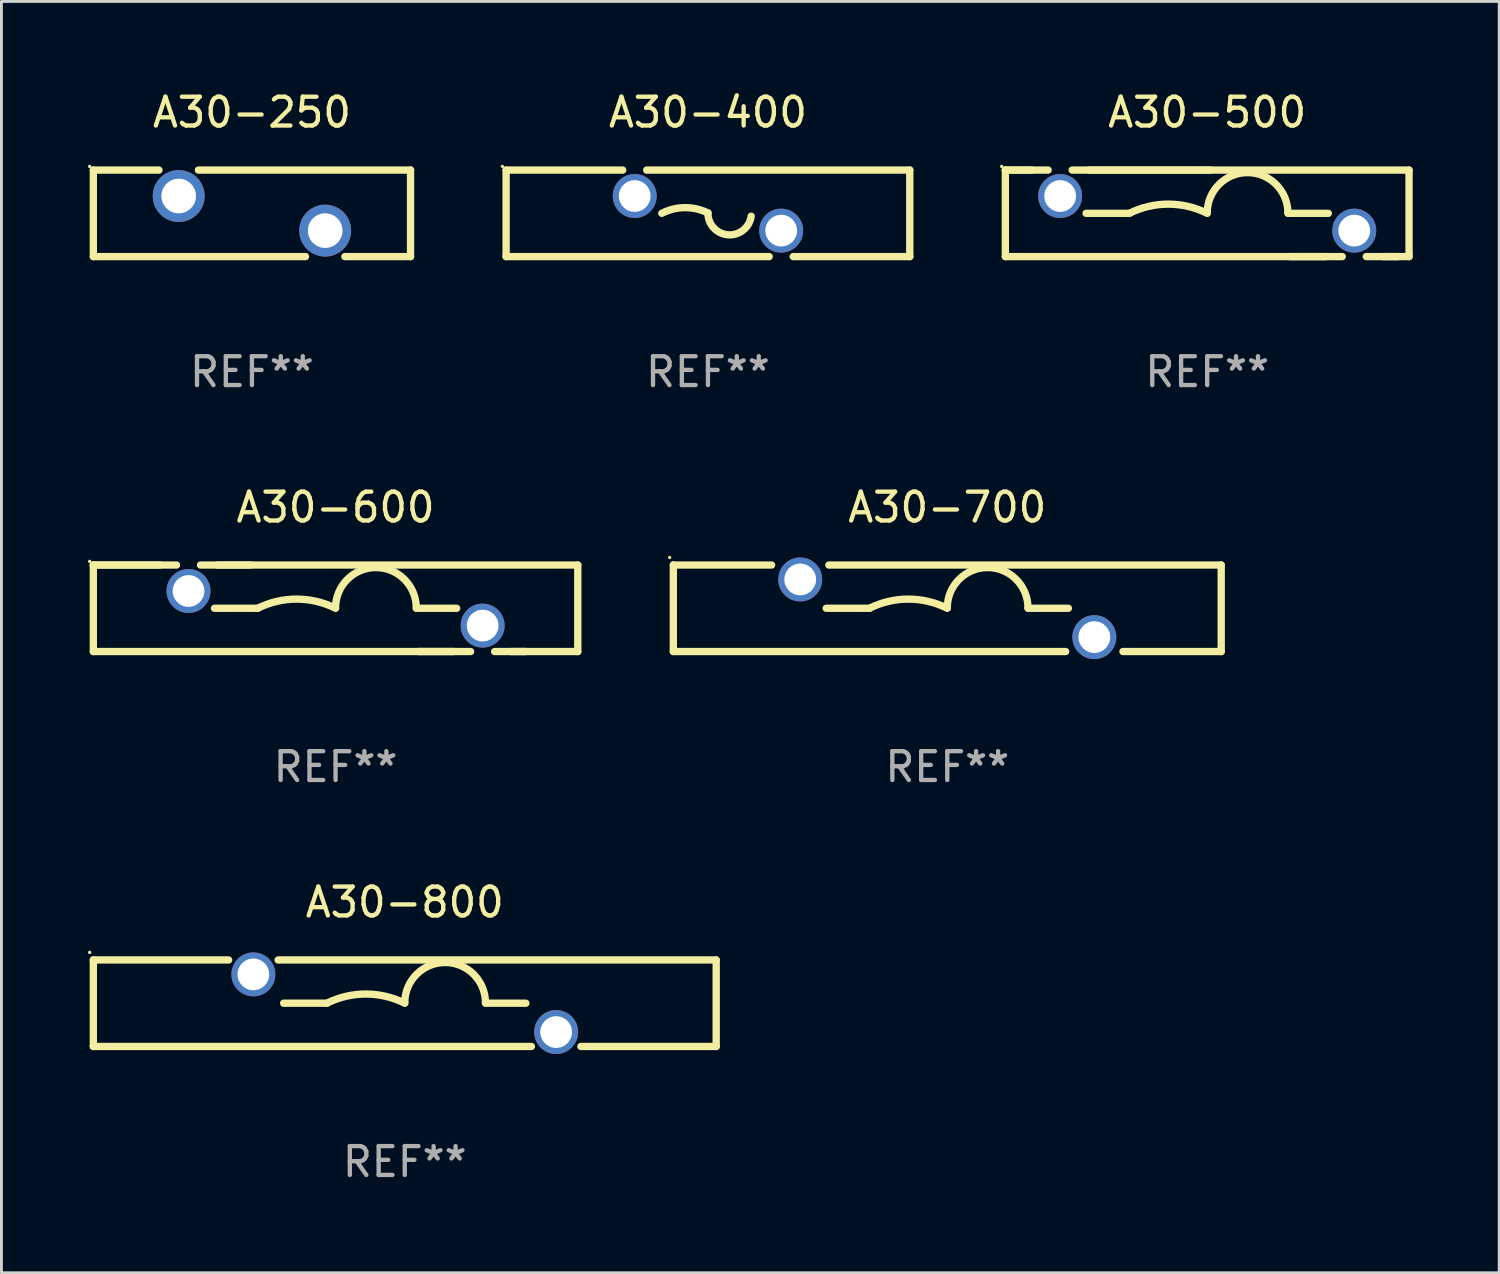
<source format=kicad_pcb>
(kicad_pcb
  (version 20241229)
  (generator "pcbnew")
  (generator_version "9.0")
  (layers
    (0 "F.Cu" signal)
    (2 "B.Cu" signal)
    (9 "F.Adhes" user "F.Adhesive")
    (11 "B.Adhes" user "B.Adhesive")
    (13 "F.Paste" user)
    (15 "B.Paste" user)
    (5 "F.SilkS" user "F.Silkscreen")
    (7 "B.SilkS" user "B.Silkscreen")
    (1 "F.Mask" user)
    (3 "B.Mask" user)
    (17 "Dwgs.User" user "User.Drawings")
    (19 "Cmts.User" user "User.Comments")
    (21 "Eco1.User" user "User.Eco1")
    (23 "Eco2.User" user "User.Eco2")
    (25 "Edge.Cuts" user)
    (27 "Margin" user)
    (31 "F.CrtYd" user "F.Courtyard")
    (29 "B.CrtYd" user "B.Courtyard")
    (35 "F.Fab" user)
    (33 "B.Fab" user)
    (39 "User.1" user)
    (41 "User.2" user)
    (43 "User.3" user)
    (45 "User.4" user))
  (footprint "A30-700"
    (layer "F.Cu")
    (at 29.801 18.045)
    (property "Reference" "A30-700" (at 0 -3.5 0) (layer "F.SilkS") (effects (font (size 1 1) (thickness 0.15))))
    (attr through_hole)
    (fp_line (start -9.5 -1.5) (end -9.5 1.5) (stroke (width 0.254) (type solid)) (layer "F.SilkS"))
    (fp_line (start -9.5 -1.5) (end -6.093 -1.5) (stroke (width 0.254) (type solid)) (layer "F.SilkS"))
    (fp_line (start -4.107 -1.5) (end 9.5 -1.5) (stroke (width 0.254) (type solid)) (layer "F.SilkS"))
    (fp_line (start -2.7 -0.000127) (end -4.2 -0.000127) (stroke (width 0.254) (type solid)) (layer "F.SilkS"))
    (fp_line (start 2.8 -0.000127) (end 4.2 -0.000127) (stroke (width 0.254) (type solid)) (layer "F.SilkS"))
    (fp_line (start 4.107 1.5) (end -9.5 1.5) (stroke (width 0.254) (type solid)) (layer "F.SilkS"))
    (fp_line (start 9.5 1.5) (end 6.093 1.5) (stroke (width 0.254) (type solid)) (layer "F.SilkS"))
    (fp_line (start 9.5 1.5) (end 9.5 -1.5) (stroke (width 0.254) (type solid)) (layer "F.SilkS"))
    (fp_arc (start -2.700025 -0.000127) (mid -1.350013 -0.318821) (end 0 -0.000127) (stroke (width 0.254001) (type solid)) (layer "F.SilkS"))
    (fp_arc (start 0 -0.012827) (mid 1.399543 -1.411862) (end 2.799086 -0.012827) (stroke (width 0.254001) (type solid)) (layer "F.SilkS"))
    (fp_circle (center -9.627 -1.762) (end -9.597 -1.762) (stroke (width 0.06) (type solid)) (fill no) (layer "F.SilkS"))
    (fp_text user "REF**" (at 0 5.5 0) (layer "F.Fab") (effects (font (size 1 1) (thickness 0.15))))
    (pad "1" thru_hole circle (at -5.1 -1) (size 1.524 1.524) (drill 1.1) (layers "*.Cu" "*.Mask"))
    (pad "2" thru_hole circle (at 5.1 1) (size 1.524 1.524) (drill 1.1) (layers "*.Cu" "*.Mask")))
  (footprint "A30-250"
    (layer "F.Cu")
    (at 5.687 4.348)
    (property "Reference" "A30-250" (at 0 -3.5 0) (layer "F.SilkS") (effects (font (size 1 1) (thickness 0.15))))
    (attr through_hole)
    (fp_line (start -5.5 1.5) (end -5.5 -1.5) (stroke (width 0.254) (type solid)) (layer "F.SilkS"))
    (fp_line (start -5.5 1.5) (end 1.857 1.5) (stroke (width 0.254) (type solid)) (layer "F.SilkS"))
    (fp_line (start -5.5 -1.5) (end -3.224 -1.5) (stroke (width 0.254) (type solid)) (layer "F.SilkS"))
    (fp_line (start -1.856 -1.5) (end 5.5 -1.5) (stroke (width 0.254) (type solid)) (layer "F.SilkS"))
    (fp_line (start 3.223 1.5) (end 5.5 1.5) (stroke (width 0.254) (type solid)) (layer "F.SilkS"))
    (fp_line (start 5.5 -1.5) (end 5.5 1.5) (stroke (width 0.254) (type solid)) (layer "F.SilkS"))
    (fp_circle (center -5.627 -1.627) (end -5.597 -1.627) (stroke (width 0.06) (type solid)) (fill no) (layer "F.SilkS"))
    (fp_text user "REF**" (at 0 5.5 0) (layer "F.Fab") (effects (font (size 1 1) (thickness 0.15))))
    (pad "1" thru_hole circle (at -2.54 -0.6) (size 1.8 1.8) (drill 1.2) (layers "*.Cu" "*.Mask"))
    (pad "2" thru_hole circle (at 2.54 0.6) (size 1.8 1.8) (drill 1.2) (layers "*.Cu" "*.Mask")))
  (footprint "A30-800"
    (layer "F.Cu")
    (at 10.987 31.741)
    (property "Reference" "A30-800" (at 0 -3.5 0) (layer "F.SilkS") (effects (font (size 1 1) (thickness 0.15))))
    (attr through_hole)
    (fp_line (start -10.8 -1.5) (end -10.8 1.5) (stroke (width 0.254) (type solid)) (layer "F.SilkS"))
    (fp_line (start -10.8 -1.5) (end -6.108 -1.5) (stroke (width 0.254) (type solid)) (layer "F.SilkS"))
    (fp_line (start -4.392 -1.5) (end 10.8 -1.5) (stroke (width 0.254) (type solid)) (layer "F.SilkS"))
    (fp_line (start -2.7 -0.000127) (end -4.2 -0.000127) (stroke (width 0.254) (type solid)) (layer "F.SilkS"))
    (fp_line (start 2.8 -0.000127) (end 4.2 -0.000127) (stroke (width 0.254) (type solid)) (layer "F.SilkS"))
    (fp_line (start 4.393 1.5) (end -10.8 1.5) (stroke (width 0.254) (type solid)) (layer "F.SilkS"))
    (fp_line (start 10.8 1.5) (end 6.108 1.5) (stroke (width 0.254) (type solid)) (layer "F.SilkS"))
    (fp_line (start 10.8 1.5) (end 10.8 -1.5) (stroke (width 0.254) (type solid)) (layer "F.SilkS"))
    (fp_arc (start -2.700025 -0.000127) (mid -1.350013 -0.318821) (end 0 -0.000127) (stroke (width 0.254001) (type solid)) (layer "F.SilkS"))
    (fp_arc (start 0 -0.012827) (mid 1.399543 -1.411862) (end 2.799086 -0.012827) (stroke (width 0.254001) (type solid)) (layer "F.SilkS"))
    (fp_circle (center -10.927 -1.762) (end -10.897 -1.762) (stroke (width 0.06) (type solid)) (fill no) (layer "F.SilkS"))
    (fp_text user "REF**" (at 0 5.5 0) (layer "F.Fab") (effects (font (size 1 1) (thickness 0.15))))
    (pad "1" thru_hole circle (at -5.25 -1) (size 1.524 1.524) (drill 1.1) (layers "*.Cu" "*.Mask"))
    (pad "2" thru_hole circle (at 5.25 1) (size 1.524 1.524) (drill 1.1) (layers "*.Cu" "*.Mask")))
  (footprint "A30-500"
    (layer "F.Cu")
    (at 38.815 4.348)
    (property "Reference" "A30-500" (at 0 -3.5 0) (layer "F.SilkS") (effects (font (size 1 1) (thickness 0.15))))
    (attr through_hole)
    (fp_line (start -7 -1.5) (end -7 1.5) (stroke (width 0.254) (type solid)) (layer "F.SilkS"))
    (fp_line (start -7 -1.5) (end -5.517 -1.5) (stroke (width 0.254) (type solid)) (layer "F.SilkS"))
    (fp_line (start -7 1.5) (end 4.107 1.5) (stroke (width 0.254) (type solid)) (layer "F.SilkS"))
    (fp_line (start -6.093 -1.5) (end -7 -1.5) (stroke (width 0.254) (type solid)) (layer "F.SilkS"))
    (fp_line (start -4.683 -1.5) (end 0.11 -1.5) (stroke (width 0.254) (type solid)) (layer "F.SilkS"))
    (fp_line (start -2.7 -0.000127) (end -4.2 -0.000127) (stroke (width 0.254) (type solid)) (layer "F.SilkS"))
    (fp_line (start 2.8 -0.000127) (end 4.2 -0.000127) (stroke (width 0.254) (type solid)) (layer "F.SilkS"))
    (fp_line (start 2.853 1.5) (end 4.684 1.5) (stroke (width 0.254) (type solid)) (layer "F.SilkS"))
    (fp_line (start 5.516 1.5) (end 6.612 1.5) (stroke (width 0.254) (type solid)) (layer "F.SilkS"))
    (fp_line (start 6.093 1.5) (end 7 1.5) (stroke (width 0.254) (type solid)) (layer "F.SilkS"))
    (fp_line (start 7 -1.5) (end -4.107 -1.5) (stroke (width 0.254) (type solid)) (layer "F.SilkS"))
    (fp_line (start 7 1.5) (end 7 -1.5) (stroke (width 0.254) (type solid)) (layer "F.SilkS"))
    (fp_arc (start -2.700025 -0.000127) (mid -1.350013 -0.318821) (end 0 -0.000127) (stroke (width 0.254001) (type solid)) (layer "F.SilkS"))
    (fp_arc (start 0 -0.012827) (mid 1.399543 -1.411862) (end 2.799086 -0.012827) (stroke (width 0.254001) (type solid)) (layer "F.SilkS"))
    (fp_circle (center -7.127 -1.627) (end -7.097 -1.627) (stroke (width 0.06) (type solid)) (fill no) (layer "F.SilkS"))
    (fp_text user "REF**" (at 0 5.5 0) (layer "F.Fab") (effects (font (size 1 1) (thickness 0.15))))
    (pad "1" thru_hole circle (at -5.1 -0.6) (size 1.524 1.524) (drill 1.1) (layers "*.Cu" "*.Mask"))
    (pad "2" thru_hole circle (at 5.1 0.6) (size 1.524 1.524) (drill 1.1) (layers "*.Cu" "*.Mask")))
  (footprint "A30-600"
    (layer "F.Cu")
    (at 8.587 18.045)
    (property "Reference" "A30-600" (at 0 -3.5 0) (layer "F.SilkS") (effects (font (size 1 1) (thickness 0.15))))
    (attr through_hole)
    (fp_line (start -8.4 -1.5) (end -8.4 1.5) (stroke (width 0.254) (type solid)) (layer "F.SilkS"))
    (fp_line (start -8.4 -1.5) (end -6.093 -1.5) (stroke (width 0.254) (type solid)) (layer "F.SilkS"))
    (fp_line (start -8.4 -1.5) (end -5.516 -1.5) (stroke (width 0.254) (type solid)) (layer "F.SilkS"))
    (fp_line (start -4.684 -1.5) (end -2.955 -1.5) (stroke (width 0.254) (type solid)) (layer "F.SilkS"))
    (fp_line (start -4.107 -1.5) (end 8.4 -1.5) (stroke (width 0.254) (type solid)) (layer "F.SilkS"))
    (fp_line (start -2.7 -0.000127) (end -4.2 -0.000127) (stroke (width 0.254) (type solid)) (layer "F.SilkS"))
    (fp_line (start 2.8 -0.000127) (end 4.2 -0.000127) (stroke (width 0.254) (type solid)) (layer "F.SilkS"))
    (fp_line (start 2.87 1.5) (end 4.684 1.5) (stroke (width 0.254) (type solid)) (layer "F.SilkS"))
    (fp_line (start 4.107 1.5) (end -8.4 1.5) (stroke (width 0.254) (type solid)) (layer "F.SilkS"))
    (fp_line (start 5.516 1.5) (end 6.596 1.5) (stroke (width 0.254) (type solid)) (layer "F.SilkS"))
    (fp_line (start 8.4 1.5) (end 6.093 1.5) (stroke (width 0.254) (type solid)) (layer "F.SilkS"))
    (fp_line (start 8.4 1.5) (end 8.4 -1.5) (stroke (width 0.254) (type solid)) (layer "F.SilkS"))
    (fp_arc (start -2.700025 -0.000127) (mid -1.350013 -0.318821) (end 0 -0.000127) (stroke (width 0.254001) (type solid)) (layer "F.SilkS"))
    (fp_arc (start 0 -0.012827) (mid 1.399543 -1.411862) (end 2.799086 -0.012827) (stroke (width 0.254001) (type solid)) (layer "F.SilkS"))
    (fp_circle (center -8.527 -1.627) (end -8.497 -1.627) (stroke (width 0.06) (type solid)) (fill no) (layer "F.SilkS"))
    (fp_text user "REF**" (at 0 5.5 0) (layer "F.Fab") (effects (font (size 1 1) (thickness 0.15))))
    (pad "1" thru_hole circle (at -5.1 -0.6) (size 1.524 1.524) (drill 1.1) (layers "*.Cu" "*.Mask"))
    (pad "2" thru_hole circle (at 5.1 0.6) (size 1.524 1.524) (drill 1.1) (layers "*.Cu" "*.Mask")))
  (footprint "A30-400"
    (layer "F.Cu")
    (at 21.501 4.348)
    (property "Reference" "A30-400" (at 0 -3.5 0) (layer "F.SilkS") (effects (font (size 1 1) (thickness 0.15))))
    (attr through_hole)
    (fp_line (start -7 -1.5) (end -7 1.5) (stroke (width 0.254) (type solid)) (layer "F.SilkS"))
    (fp_line (start -7 -1.5) (end -2.956 -1.5) (stroke (width 0.254) (type solid)) (layer "F.SilkS"))
    (fp_line (start -2.124 -1.5) (end 7 -1.5) (stroke (width 0.254) (type solid)) (layer "F.SilkS"))
    (fp_line (start 2.124 1.5) (end -7 1.5) (stroke (width 0.254) (type solid)) (layer "F.SilkS"))
    (fp_line (start 7 1.5) (end 2.956 1.5) (stroke (width 0.254) (type solid)) (layer "F.SilkS"))
    (fp_line (start 7 1.5) (end 7 -1.5) (stroke (width 0.254) (type solid)) (layer "F.SilkS"))
    (fp_arc (start -1.6 0) (mid -0.801529 -0.197174) (end 0 -0.012827) (stroke (width 0.254001) (type solid)) (layer "F.SilkS"))
    (fp_arc (start 1.5 0.1) (mid 0.69724 0.745018) (end 0.000001 -0.012828) (stroke (width 0.254001) (type solid)) (layer "F.SilkS"))
    (fp_circle (center -7.127 -1.627) (end -7.097 -1.627) (stroke (width 0.06) (type solid)) (fill no) (layer "F.SilkS"))
    (fp_text user "REF**" (at 0 5.5 0) (layer "F.Fab") (effects (font (size 1 1) (thickness 0.15))))
    (pad "1" thru_hole circle (at -2.54 -0.6) (size 1.524 1.524) (drill 1.1) (layers "*.Cu" "*.Mask"))
    (pad "2" thru_hole circle (at 2.54 0.6) (size 1.524 1.524) (drill 1.1) (layers "*.Cu" "*.Mask")))
  (gr_rect
    (start -3 -3)
    (end 48.942 41.09)
    (stroke (width 0.1) (type default))
    (fill no)
    (layer "Edge.Cuts")))
</source>
